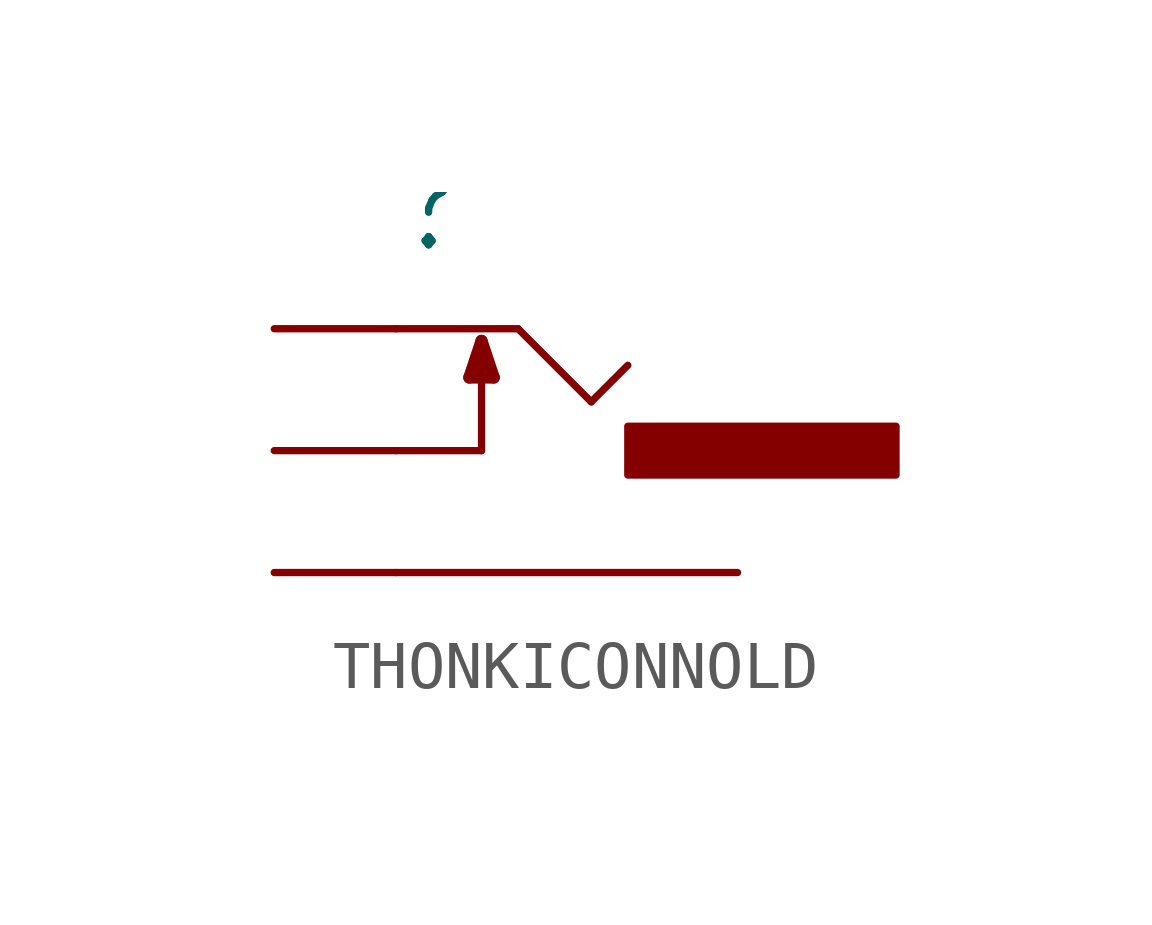
<source format=kicad_sym>
(kicad_symbol_lib
  (version 20211014)
  (generator kicad_symbol_editor)
  (symbol "THONKICONNOLD"
    (property "Reference" ""
      (at -2.54 4.064 0)
      (effects (font (size 1.778 1.511)) (justify left bottom)))
    (property "ki_locked" ""
      (at 0 0 0)
      (effects (font (size 1.27 1.27))))
    (symbol "THONKICONNOLD_1_0"
      (polyline (pts (xy -2.54 -2.54) (xy 4.572 -2.54)) (stroke (width 0.152) (type default) (color 0 0 0 0)) (fill (type none)))
      (polyline (pts (xy -2.54 0) (xy -0.762 0)) (stroke (width 0.152) (type default) (color 0 0 0 0)) (fill (type none)))
      (polyline (pts (xy -2.54 2.54) (xy 0 2.54)) (stroke (width 0.152) (type default) (color 0 0 0 0)) (fill (type none)))
      (polyline (pts (xy -1.016 1.524) (xy -0.508 1.524)) (stroke (width 0.254) (type default) (color 0 0 0 0)) (fill (type none)))
      (polyline (pts (xy -0.762 0) (xy -0.762 2.286)) (stroke (width 0.152) (type default) (color 0 0 0 0)) (fill (type none)))
      (polyline (pts (xy -0.762 2.286) (xy -1.016 1.524)) (stroke (width 0.254) (type default) (color 0 0 0 0)) (fill (type none)))
      (polyline (pts (xy -0.508 1.524) (xy -0.762 2.286)) (stroke (width 0.254) (type default) (color 0 0 0 0)) (fill (type none)))
      (polyline (pts (xy 0 2.54) (xy 1.524 1.016)) (stroke (width 0.152) (type default) (color 0 0 0 0)) (fill (type none)))
      (polyline (pts (xy 1.524 1.016) (xy 2.286 1.778)) (stroke (width 0.152) (type default) (color 0 0 0 0)) (fill (type none)))
      (rectangle (start 2.286 -0.508) (end 7.874 0.508) (stroke (width 0) (type default) (color 0 0 0 0)) (fill (type outline)))
      (pin passive line (at -5.08 -2.54 0) (length 2.54) (name "SLEEVE" (effects (font (size 0 0)))) (number "P$1_SLEEVE" (effects (font (size 0 0)))))
      (pin passive line (at -5.08 0 0) (length 2.54) (name "SWITCH" (effects (font (size 0 0)))) (number "P$2_SWITCH" (effects (font (size 0 0)))))
      (pin passive line (at -5.08 2.54 0) (length 2.54) (name "TIP" (effects (font (size 0 0)))) (number "P$3_TIP" (effects (font (size 0 0))))))))
</source>
